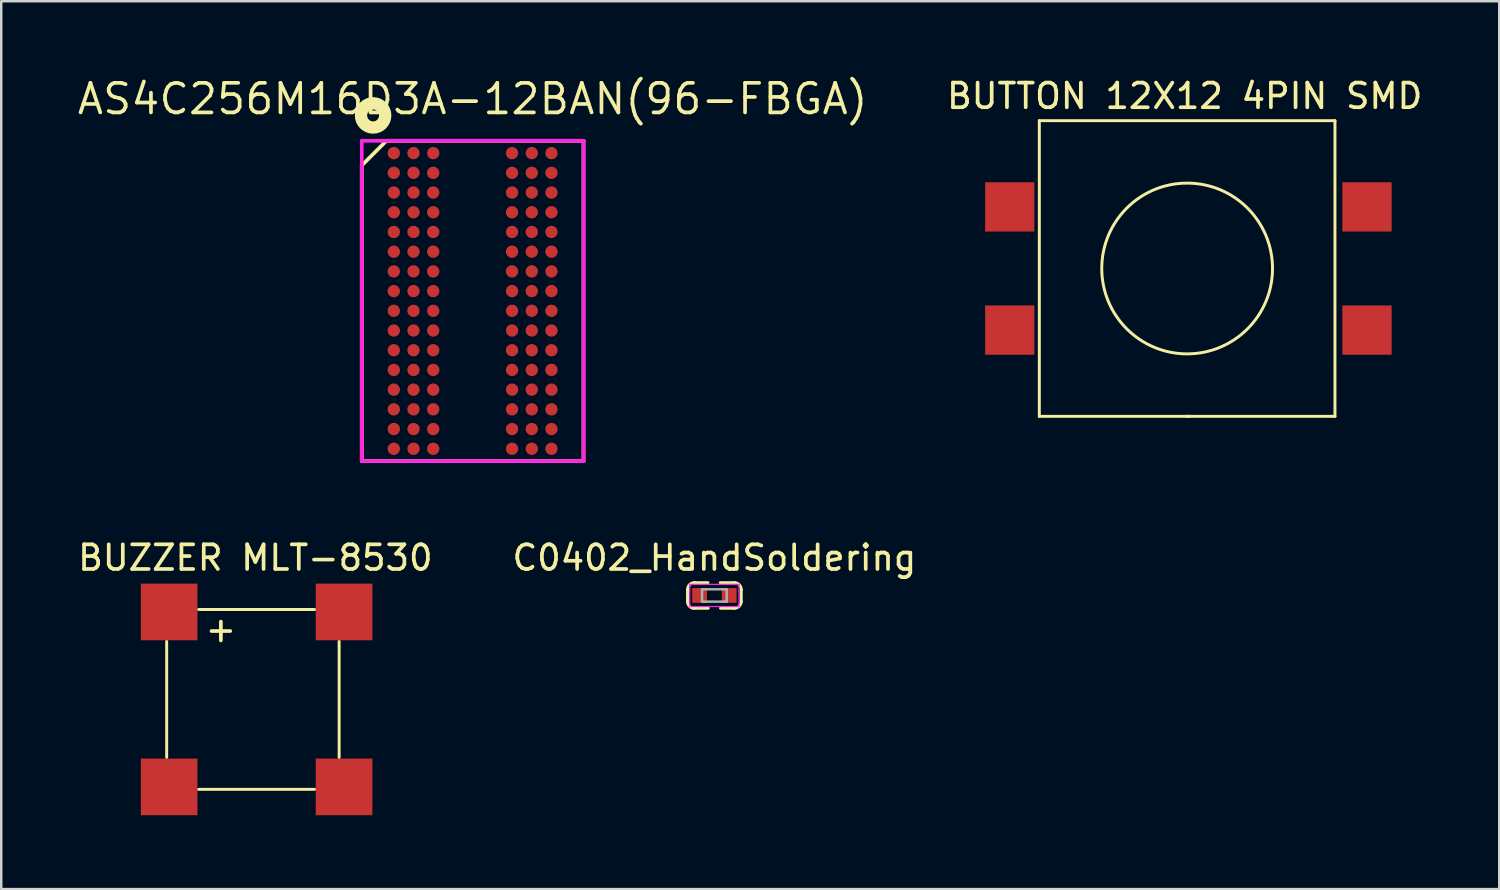
<source format=kicad_pcb>
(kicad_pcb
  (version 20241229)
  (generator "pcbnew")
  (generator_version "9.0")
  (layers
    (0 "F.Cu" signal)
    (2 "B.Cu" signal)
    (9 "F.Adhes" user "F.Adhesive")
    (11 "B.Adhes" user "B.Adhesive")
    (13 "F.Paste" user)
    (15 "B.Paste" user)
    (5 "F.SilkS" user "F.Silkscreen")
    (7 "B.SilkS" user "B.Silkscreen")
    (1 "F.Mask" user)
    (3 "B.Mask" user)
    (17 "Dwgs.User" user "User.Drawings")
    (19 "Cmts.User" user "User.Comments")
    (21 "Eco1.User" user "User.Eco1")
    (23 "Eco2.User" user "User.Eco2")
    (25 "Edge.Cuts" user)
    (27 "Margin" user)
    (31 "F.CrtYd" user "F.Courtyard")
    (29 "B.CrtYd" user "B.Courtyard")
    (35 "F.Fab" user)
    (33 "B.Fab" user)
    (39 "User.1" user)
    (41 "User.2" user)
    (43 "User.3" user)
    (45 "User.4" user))
  (footprint "BUZZER MLT-8530"
    (layer "F.Cu")
    (at 7.415 24.789)
    (property "Reference" "BUZZER MLT-8530" (at -0.1 -5.2 0) (layer "F.SilkS") (effects (font (size 1 1) (thickness 0.15))))
    (attr through_hole)
    (fp_line (start -3.7 -1.8) (end -3.7 2.9) (stroke (width 0.12) (type solid)) (layer "F.SilkS"))
    (fp_line (start -2.4 -3.1) (end 2.3 -3.1) (stroke (width 0.12) (type solid)) (layer "F.SilkS"))
    (fp_line (start 2.3 4.2) (end -2.4 4.2) (stroke (width 0.12) (type solid)) (layer "F.SilkS"))
    (fp_line (start 3.3 -1.8) (end 3.3 2.9) (stroke (width 0.12) (type solid)) (layer "F.SilkS"))
    (fp_text user "+" (at -1.5 -2.3 0) (layer "F.SilkS") (effects (font (size 1 1) (thickness 0.15))))
    (pad "" smd rect (at 3.5 -3) (size 2.3 2.3) (layers "F.Cu" "F.Mask" "F.Paste"))
    (pad "" smd rect (at 3.5 4.1) (size 2.3 2.3) (layers "F.Cu" "F.Mask" "F.Paste"))
    (pad "1" smd rect (at -3.6 -3) (size 2.3 2.3) (layers "F.Cu" "F.Mask" "F.Paste"))
    (pad "2" smd rect (at -3.6 4.1) (size 2.3 2.3) (layers "F.Cu" "F.Mask" "F.Paste")))
  (footprint "AS4C256M16D3A-12BAN(96-FBGA)"
    (layer "F.Cu")
    (at 16.134 9.165)
    (property "Reference" "AS4C256M16D3A-12BAN(96-FBGA)" (at 0 -8.2 0) (layer "F.SilkS") (effects (font (size 1.2 1.2) (thickness 0.15))))
    (attr through_hole)
    (fp_line (start -4.5 -5.5) (end -4.5 6.5) (stroke (width 0.15) (type solid)) (layer "F.SilkS"))
    (fp_line (start -4.5 6.5) (end 4.5 6.5) (stroke (width 0.15) (type solid)) (layer "F.SilkS"))
    (fp_line (start -3.5 -6.5) (end -4.5 -5.5) (stroke (width 0.15) (type solid)) (layer "F.SilkS"))
    (fp_line (start 4.5 -6.5) (end -3.5 -6.5) (stroke (width 0.15) (type solid)) (layer "F.SilkS"))
    (fp_line (start 4.5 6.5) (end 4.5 -6.5) (stroke (width 0.15) (type solid)) (layer "F.SilkS"))
    (fp_circle (center -4.04 -7.53) (end -3.92 -7.32) (stroke (width 0.5) (type solid)) (fill no) (layer "F.SilkS"))
    (fp_line (start -4.5 -6.5) (end 4.5 -6.5) (stroke (width 0.15) (type solid)) (layer "F.CrtYd"))
    (fp_line (start -4.5 6.5) (end -4.5 -6.5) (stroke (width 0.15) (type solid)) (layer "F.CrtYd"))
    (fp_line (start 4.5 -6.5) (end 4.5 6.5) (stroke (width 0.15) (type solid)) (layer "F.CrtYd"))
    (fp_line (start 4.5 6.5) (end -4.5 6.5) (stroke (width 0.15) (type solid)) (layer "F.CrtYd"))
    (pad "A1" smd circle (at -3.2 -6) (size 0.5 0.5) (layers "F.Cu" "F.Mask" "F.Paste"))
    (pad "A2" smd circle (at -2.4 -6) (size 0.5 0.5) (layers "F.Cu" "F.Mask" "F.Paste"))
    (pad "A3" smd circle (at -1.6 -6) (size 0.5 0.5) (layers "F.Cu" "F.Mask" "F.Paste"))
    (pad "A7" smd circle (at 1.6 -6) (size 0.5 0.5) (layers "F.Cu" "F.Mask" "F.Paste"))
    (pad "A8" smd circle (at 2.4 -6) (size 0.5 0.5) (layers "F.Cu" "F.Mask" "F.Paste"))
    (pad "A9" smd circle (at 3.2 -6) (size 0.5 0.5) (layers "F.Cu" "F.Mask" "F.Paste"))
    (pad "B1" smd circle (at -3.2 -5.2) (size 0.5 0.5) (layers "F.Cu" "F.Mask" "F.Paste"))
    (pad "B2" smd circle (at -2.4 -5.2) (size 0.5 0.5) (layers "F.Cu" "F.Mask" "F.Paste"))
    (pad "B3" smd circle (at -1.6 -5.2) (size 0.5 0.5) (layers "F.Cu" "F.Mask" "F.Paste"))
    (pad "B7" smd circle (at 1.6 -5.2) (size 0.5 0.5) (layers "F.Cu" "F.Mask" "F.Paste"))
    (pad "B8" smd circle (at 2.4 -5.2) (size 0.5 0.5) (layers "F.Cu" "F.Mask" "F.Paste"))
    (pad "B9" smd circle (at 3.2 -5.2) (size 0.5 0.5) (layers "F.Cu" "F.Mask" "F.Paste"))
    (pad "C1" smd circle (at -3.2 -4.4) (size 0.5 0.5) (layers "F.Cu" "F.Mask" "F.Paste"))
    (pad "C2" smd circle (at -2.4 -4.4) (size 0.5 0.5) (layers "F.Cu" "F.Mask" "F.Paste"))
    (pad "C3" smd circle (at -1.6 -4.4) (size 0.5 0.5) (layers "F.Cu" "F.Mask" "F.Paste"))
    (pad "C7" smd circle (at 1.6 -4.4) (size 0.5 0.5) (layers "F.Cu" "F.Mask" "F.Paste"))
    (pad "C8" smd circle (at 2.4 -4.4) (size 0.5 0.5) (layers "F.Cu" "F.Mask" "F.Paste"))
    (pad "C9" smd circle (at 3.2 -4.4) (size 0.5 0.5) (layers "F.Cu" "F.Mask" "F.Paste"))
    (pad "D1" smd circle (at -3.2 -3.6) (size 0.5 0.5) (layers "F.Cu" "F.Mask" "F.Paste"))
    (pad "D2" smd circle (at -2.4 -3.6) (size 0.5 0.5) (layers "F.Cu" "F.Mask" "F.Paste"))
    (pad "D3" smd circle (at -1.6 -3.6) (size 0.5 0.5) (layers "F.Cu" "F.Mask" "F.Paste"))
    (pad "D7" smd circle (at 1.6 -3.6) (size 0.5 0.5) (layers "F.Cu" "F.Mask" "F.Paste"))
    (pad "D8" smd circle (at 2.4 -3.6) (size 0.5 0.5) (layers "F.Cu" "F.Mask" "F.Paste"))
    (pad "D9" smd circle (at 3.2 -3.6) (size 0.5 0.5) (layers "F.Cu" "F.Mask" "F.Paste"))
    (pad "E1" smd circle (at -3.2 -2.8) (size 0.5 0.5) (layers "F.Cu" "F.Mask" "F.Paste"))
    (pad "E2" smd circle (at -2.4 -2.8) (size 0.5 0.5) (layers "F.Cu" "F.Mask" "F.Paste"))
    (pad "E3" smd circle (at -1.6 -2.8) (size 0.5 0.5) (layers "F.Cu" "F.Mask" "F.Paste"))
    (pad "E7" smd circle (at 1.6 -2.8) (size 0.5 0.5) (layers "F.Cu" "F.Mask" "F.Paste"))
    (pad "E8" smd circle (at 2.4 -2.8) (size 0.5 0.5) (layers "F.Cu" "F.Mask" "F.Paste"))
    (pad "E9" smd circle (at 3.2 -2.8) (size 0.5 0.5) (layers "F.Cu" "F.Mask" "F.Paste"))
    (pad "F1" smd circle (at -3.2 -2) (size 0.5 0.5) (layers "F.Cu" "F.Mask" "F.Paste"))
    (pad "F2" smd circle (at -2.4 -2) (size 0.5 0.5) (layers "F.Cu" "F.Mask" "F.Paste"))
    (pad "F3" smd circle (at -1.6 -2) (size 0.5 0.5) (layers "F.Cu" "F.Mask" "F.Paste"))
    (pad "F7" smd circle (at 1.6 -2) (size 0.5 0.5) (layers "F.Cu" "F.Mask" "F.Paste"))
    (pad "F8" smd circle (at 2.4 -2) (size 0.5 0.5) (layers "F.Cu" "F.Mask" "F.Paste"))
    (pad "F9" smd circle (at 3.2 -2) (size 0.5 0.5) (layers "F.Cu" "F.Mask" "F.Paste"))
    (pad "G1" smd circle (at -3.2 -1.2) (size 0.5 0.5) (layers "F.Cu" "F.Mask" "F.Paste"))
    (pad "G2" smd circle (at -2.4 -1.2) (size 0.5 0.5) (layers "F.Cu" "F.Mask" "F.Paste"))
    (pad "G3" smd circle (at -1.6 -1.2) (size 0.5 0.5) (layers "F.Cu" "F.Mask" "F.Paste"))
    (pad "G7" smd circle (at 1.6 -1.2) (size 0.5 0.5) (layers "F.Cu" "F.Mask" "F.Paste"))
    (pad "G8" smd circle (at 2.4 -1.2) (size 0.5 0.5) (layers "F.Cu" "F.Mask" "F.Paste"))
    (pad "G9" smd circle (at 3.2 -1.2) (size 0.5 0.5) (layers "F.Cu" "F.Mask" "F.Paste"))
    (pad "H1" smd circle (at -3.2 -0.4) (size 0.5 0.5) (layers "F.Cu" "F.Mask" "F.Paste"))
    (pad "H2" smd circle (at -2.4 -0.4) (size 0.5 0.5) (layers "F.Cu" "F.Mask" "F.Paste"))
    (pad "H3" smd circle (at -1.6 -0.4) (size 0.5 0.5) (layers "F.Cu" "F.Mask" "F.Paste"))
    (pad "H7" smd circle (at 1.6 -0.4) (size 0.5 0.5) (layers "F.Cu" "F.Mask" "F.Paste"))
    (pad "H8" smd circle (at 2.4 -0.4) (size 0.5 0.5) (layers "F.Cu" "F.Mask" "F.Paste"))
    (pad "H9" smd circle (at 3.2 -0.4) (size 0.5 0.5) (layers "F.Cu" "F.Mask" "F.Paste"))
    (pad "J1" smd circle (at -3.2 0.4) (size 0.5 0.5) (layers "F.Cu" "F.Mask" "F.Paste"))
    (pad "J2" smd circle (at -2.4 0.4) (size 0.5 0.5) (layers "F.Cu" "F.Mask" "F.Paste"))
    (pad "J3" smd circle (at -1.6 0.4) (size 0.5 0.5) (layers "F.Cu" "F.Mask" "F.Paste"))
    (pad "J7" smd circle (at 1.6 0.4) (size 0.5 0.5) (layers "F.Cu" "F.Mask" "F.Paste"))
    (pad "J8" smd circle (at 2.4 0.4) (size 0.5 0.5) (layers "F.Cu" "F.Mask" "F.Paste"))
    (pad "J9" smd circle (at 3.2 0.4) (size 0.5 0.5) (layers "F.Cu" "F.Mask" "F.Paste"))
    (pad "K1" smd circle (at -3.2 1.2) (size 0.5 0.5) (layers "F.Cu" "F.Mask" "F.Paste"))
    (pad "K2" smd circle (at -2.4 1.2) (size 0.5 0.5) (layers "F.Cu" "F.Mask" "F.Paste"))
    (pad "K3" smd circle (at -1.6 1.2) (size 0.5 0.5) (layers "F.Cu" "F.Mask" "F.Paste"))
    (pad "K7" smd circle (at 1.6 1.2) (size 0.5 0.5) (layers "F.Cu" "F.Mask" "F.Paste"))
    (pad "K8" smd circle (at 2.4 1.2) (size 0.5 0.5) (layers "F.Cu" "F.Mask" "F.Paste"))
    (pad "K9" smd circle (at 3.2 1.2) (size 0.5 0.5) (layers "F.Cu" "F.Mask" "F.Paste"))
    (pad "L1" smd circle (at -3.2 2) (size 0.5 0.5) (layers "F.Cu" "F.Mask" "F.Paste"))
    (pad "L2" smd circle (at -2.4 2) (size 0.5 0.5) (layers "F.Cu" "F.Mask" "F.Paste"))
    (pad "L3" smd circle (at -1.6 2) (size 0.5 0.5) (layers "F.Cu" "F.Mask" "F.Paste"))
    (pad "L7" smd circle (at 1.6 2) (size 0.5 0.5) (layers "F.Cu" "F.Mask" "F.Paste"))
    (pad "L8" smd circle (at 2.4 2) (size 0.5 0.5) (layers "F.Cu" "F.Mask" "F.Paste"))
    (pad "L9" smd circle (at 3.2 2) (size 0.5 0.5) (layers "F.Cu" "F.Mask" "F.Paste"))
    (pad "M1" smd circle (at -3.2 2.8) (size 0.5 0.5) (layers "F.Cu" "F.Mask" "F.Paste"))
    (pad "M2" smd circle (at -2.4 2.8) (size 0.5 0.5) (layers "F.Cu" "F.Mask" "F.Paste"))
    (pad "M3" smd circle (at -1.6 2.8) (size 0.5 0.5) (layers "F.Cu" "F.Mask" "F.Paste"))
    (pad "M7" smd circle (at 1.6 2.8) (size 0.5 0.5) (layers "F.Cu" "F.Mask" "F.Paste"))
    (pad "M8" smd circle (at 2.4 2.8) (size 0.5 0.5) (layers "F.Cu" "F.Mask" "F.Paste"))
    (pad "M9" smd circle (at 3.2 2.8) (size 0.5 0.5) (layers "F.Cu" "F.Mask" "F.Paste"))
    (pad "N1" smd circle (at -3.2 3.6) (size 0.5 0.5) (layers "F.Cu" "F.Mask" "F.Paste"))
    (pad "N2" smd circle (at -2.4 3.6) (size 0.5 0.5) (layers "F.Cu" "F.Mask" "F.Paste"))
    (pad "N3" smd circle (at -1.6 3.6) (size 0.5 0.5) (layers "F.Cu" "F.Mask" "F.Paste"))
    (pad "N7" smd circle (at 1.6 3.6) (size 0.5 0.5) (layers "F.Cu" "F.Mask" "F.Paste"))
    (pad "N8" smd circle (at 2.4 3.6) (size 0.5 0.5) (layers "F.Cu" "F.Mask" "F.Paste"))
    (pad "N9" smd circle (at 3.2 3.6) (size 0.5 0.5) (layers "F.Cu" "F.Mask" "F.Paste"))
    (pad "P1" smd circle (at -3.2 4.4) (size 0.5 0.5) (layers "F.Cu" "F.Mask" "F.Paste"))
    (pad "P2" smd circle (at -2.4 4.4) (size 0.5 0.5) (layers "F.Cu" "F.Mask" "F.Paste"))
    (pad "P3" smd circle (at -1.6 4.4) (size 0.5 0.5) (layers "F.Cu" "F.Mask" "F.Paste"))
    (pad "P7" smd circle (at 1.6 4.4) (size 0.5 0.5) (layers "F.Cu" "F.Mask" "F.Paste"))
    (pad "P8" smd circle (at 2.4 4.4) (size 0.5 0.5) (layers "F.Cu" "F.Mask" "F.Paste"))
    (pad "P9" smd circle (at 3.2 4.4) (size 0.5 0.5) (layers "F.Cu" "F.Mask" "F.Paste"))
    (pad "R1" smd circle (at -3.2 5.2) (size 0.5 0.5) (layers "F.Cu" "F.Mask" "F.Paste"))
    (pad "R2" smd circle (at -2.4 5.2) (size 0.5 0.5) (layers "F.Cu" "F.Mask" "F.Paste"))
    (pad "R3" smd circle (at -1.6 5.2) (size 0.5 0.5) (layers "F.Cu" "F.Mask" "F.Paste"))
    (pad "R7" smd circle (at 1.6 5.2) (size 0.5 0.5) (layers "F.Cu" "F.Mask" "F.Paste"))
    (pad "R8" smd circle (at 2.4 5.2) (size 0.5 0.5) (layers "F.Cu" "F.Mask" "F.Paste"))
    (pad "R9" smd circle (at 3.2 5.2) (size 0.5 0.5) (layers "F.Cu" "F.Mask" "F.Paste"))
    (pad "T1" smd circle (at -3.2 6) (size 0.5 0.5) (layers "F.Cu" "F.Mask" "F.Paste"))
    (pad "T2" smd circle (at -2.4 6) (size 0.5 0.5) (layers "F.Cu" "F.Mask" "F.Paste"))
    (pad "T3" smd circle (at -1.6 6) (size 0.5 0.5) (layers "F.Cu" "F.Mask" "F.Paste"))
    (pad "T7" smd circle (at 1.6 6) (size 0.5 0.5) (layers "F.Cu" "F.Mask" "F.Paste"))
    (pad "T8" smd circle (at 2.4 6) (size 0.5 0.5) (layers "F.Cu" "F.Mask" "F.Paste"))
    (pad "T9" smd circle (at 3.2 6) (size 0.5 0.5) (layers "F.Cu" "F.Mask" "F.Paste")))
  (footprint "C0402_HandSoldering"
    (layer "F.Cu")
    (at 25.946 21.119)
    (property "Reference" "C0402_HandSoldering" (at 0 -1.53 0) (layer "F.SilkS") (effects (font (size 1 1) (thickness 0.15))))
    (attr smd)
    (fp_line (start -1.09 -0.25) (end -1.09 0.24) (stroke (width 0.12) (type solid)) (layer "F.SilkS"))
    (fp_line (start -0.26 -0.52) (end -0.8 -0.52) (stroke (width 0.12) (type solid)) (layer "F.SilkS"))
    (fp_line (start -0.25 0.52) (end -0.85 0.52) (stroke (width 0.12) (type solid)) (layer "F.SilkS"))
    (fp_line (start 0.82 0.52) (end 0.25 0.52) (stroke (width 0.12) (type solid)) (layer "F.SilkS"))
    (fp_line (start 0.83 -0.52) (end 0.24 -0.52) (stroke (width 0.12) (type solid)) (layer "F.SilkS"))
    (fp_line (start 1.09 0.26) (end 1.09 -0.24) (stroke (width 0.12) (type solid)) (layer "F.SilkS"))
    (fp_arc (start -1.09 -0.24) (mid -1.001715 -0.444072) (end -0.792534 -0.519455) (stroke (width 0.12) (type solid)) (layer "F.SilkS"))
    (fp_arc (start -0.83676 0.52) (mid -1.022979 0.427331) (end -1.09 0.230422) (stroke (width 0.12) (type solid)) (layer "F.SilkS"))
    (fp_arc (start 0.81 -0.52) (mid 1.014072 -0.431715) (end 1.089455 -0.222534) (stroke (width 0.12) (type solid)) (layer "F.SilkS"))
    (fp_arc (start 1.09 0.24) (mid 1.001715 0.444072) (end 0.792534 0.519455) (stroke (width 0.12) (type solid)) (layer "F.SilkS"))
    (fp_line (start -1 -0.45) (end -1 0.45) (stroke (width 0.05) (type solid)) (layer "F.CrtYd"))
    (fp_line (start -1 -0.45) (end 1 -0.45) (stroke (width 0.05) (type solid)) (layer "F.CrtYd"))
    (fp_line (start -1 0.45) (end 1 0.45) (stroke (width 0.05) (type solid)) (layer "F.CrtYd"))
    (fp_line (start 1 0.45) (end 1 -0.45) (stroke (width 0.05) (type solid)) (layer "F.CrtYd"))
    (fp_line (start -0.5 -0.25) (end 0.5 -0.25) (stroke (width 0.1) (type solid)) (layer "F.Fab"))
    (fp_line (start -0.5 0.25) (end -0.5 -0.25) (stroke (width 0.1) (type solid)) (layer "F.Fab"))
    (fp_line (start 0.5 -0.25) (end 0.5 0.25) (stroke (width 0.1) (type solid)) (layer "F.Fab"))
    (fp_line (start 0.5 0.25) (end -0.5 0.25) (stroke (width 0.1) (type solid)) (layer "F.Fab"))
    (pad "1" smd rect (at -0.6 0) (size 0.6 0.6) (layers "F.Cu" "F.Mask" "F.Paste"))
    (pad "2" smd rect (at 0.6 0) (size 0.6 0.6) (layers "F.Cu" "F.Mask" "F.Paste")))
  (footprint "BUTTON 12X12 4PIN SMD"
    (layer "F.Cu")
    (at 45.035 7.948)
    (property "Reference" "BUTTON 12X12 4PIN SMD" (at 0 -7.1 0) (layer "F.SilkS") (effects (font (size 1 1) (thickness 0.15))))
    (attr through_hole)
    (fp_line (start -5.9 -6.1) (end -5.9 5.9) (stroke (width 0.12) (type solid)) (layer "F.SilkS"))
    (fp_line (start -5.9 5.9) (end 0.2 5.9) (stroke (width 0.12) (type solid)) (layer "F.SilkS"))
    (fp_line (start 0.1 5.9) (end 6.1 5.9) (stroke (width 0.12) (type solid)) (layer "F.SilkS"))
    (fp_line (start 6.1 -6.1) (end -5.9 -6.1) (stroke (width 0.12) (type solid)) (layer "F.SilkS"))
    (fp_line (start 6.1 5.9) (end 6.1 -6.1) (stroke (width 0.12) (type solid)) (layer "F.SilkS"))
    (fp_circle (center 0.1 -0.1) (end 2.6 2.3) (stroke (width 0.12) (type solid)) (fill no) (layer "F.SilkS"))
    (pad "1" smd rect (at -7.1 -2.6) (size 2 2) (layers "F.Cu" "F.Mask" "F.Paste"))
    (pad "1" smd rect (at 7.4 -2.6) (size 2 2) (layers "F.Cu" "F.Mask" "F.Paste"))
    (pad "2" smd rect (at -7.1 2.4) (size 2 2) (layers "F.Cu" "F.Mask" "F.Paste"))
    (pad "2" smd rect (at 7.4 2.4) (size 2 2) (layers "F.Cu" "F.Mask" "F.Paste")))
  (gr_rect
    (start -3 -3)
    (end 57.803 33.039)
    (stroke (width 0.1) (type default))
    (fill no)
    (layer "Edge.Cuts")))
</source>
